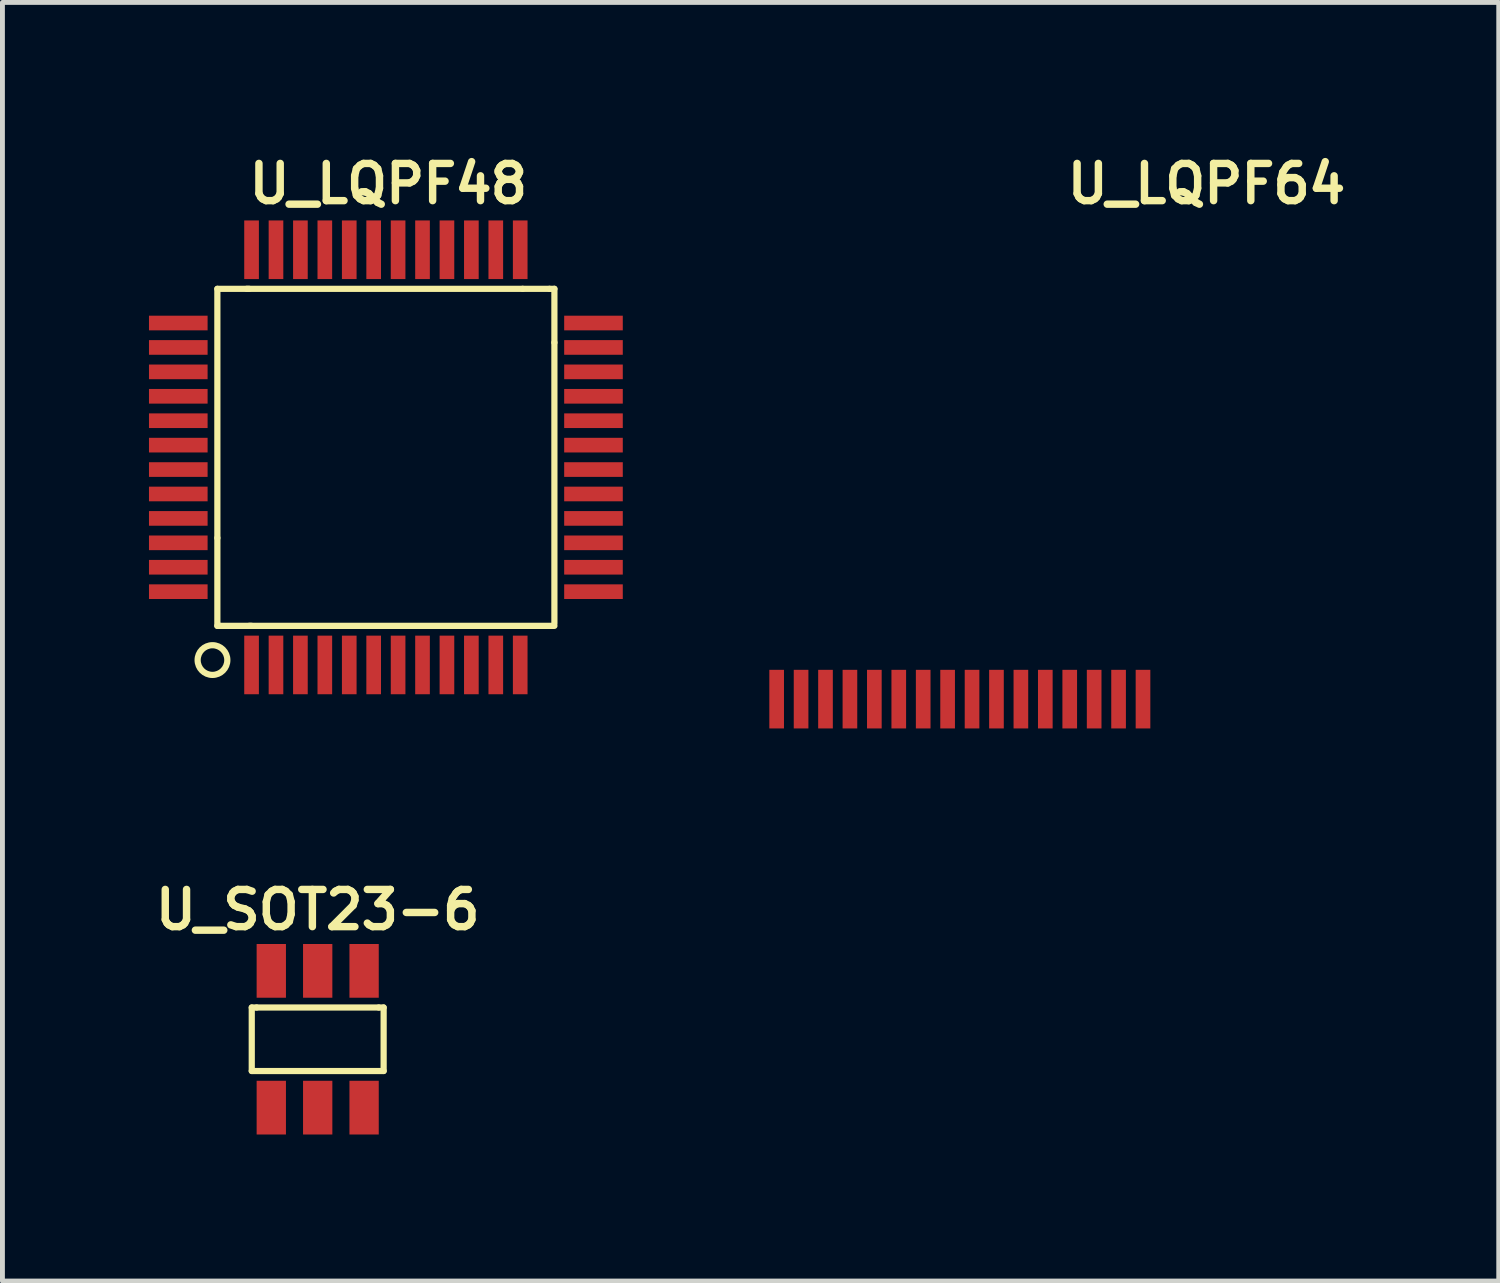
<source format=kicad_pcb>
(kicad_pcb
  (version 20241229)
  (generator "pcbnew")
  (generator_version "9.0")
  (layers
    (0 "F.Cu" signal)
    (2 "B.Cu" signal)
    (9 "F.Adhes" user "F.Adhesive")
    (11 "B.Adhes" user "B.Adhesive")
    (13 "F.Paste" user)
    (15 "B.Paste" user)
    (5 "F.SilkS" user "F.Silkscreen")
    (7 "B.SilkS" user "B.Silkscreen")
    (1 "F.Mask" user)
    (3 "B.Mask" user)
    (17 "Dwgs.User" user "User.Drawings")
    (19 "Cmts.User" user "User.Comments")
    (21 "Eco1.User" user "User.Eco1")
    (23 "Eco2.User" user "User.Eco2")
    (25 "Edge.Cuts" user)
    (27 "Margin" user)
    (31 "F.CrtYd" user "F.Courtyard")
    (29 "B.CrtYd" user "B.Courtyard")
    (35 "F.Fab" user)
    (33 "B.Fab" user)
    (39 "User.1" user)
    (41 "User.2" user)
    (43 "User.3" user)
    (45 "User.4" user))
  (footprint "U_LQPF64"
    (layer "F.Cu")
    (at 17.05 8.113)
    (property "Reference" "U_LQPF64" (at 4.6 -7.4 0) (layer "F.SilkS") (effects (font (size 0.762 0.762) (thickness 0.152))))
    (attr through_hole)
    (pad "1" smd rect (at -4.2 3.15) (size 0.3 1.2) (layers "F.Cu" "F.Mask" "F.Paste"))
    (pad "2" smd rect (at -3.7 3.15) (size 0.3 1.2) (layers "F.Cu" "F.Mask" "F.Paste"))
    (pad "3" smd rect (at -3.2 3.15) (size 0.3 1.2) (layers "F.Cu" "F.Mask" "F.Paste"))
    (pad "4" smd rect (at -2.7 3.15) (size 0.3 1.2) (layers "F.Cu" "F.Mask" "F.Paste"))
    (pad "5" smd rect (at -2.2 3.15) (size 0.3 1.2) (layers "F.Cu" "F.Mask" "F.Paste"))
    (pad "6" smd rect (at -1.7 3.15) (size 0.3 1.2) (layers "F.Cu" "F.Mask" "F.Paste"))
    (pad "7" smd rect (at -1.2 3.15) (size 0.3 1.2) (layers "F.Cu" "F.Mask" "F.Paste"))
    (pad "8" smd rect (at -0.7 3.15) (size 0.3 1.2) (layers "F.Cu" "F.Mask" "F.Paste"))
    (pad "9" smd rect (at -0.2 3.15) (size 0.3 1.2) (layers "F.Cu" "F.Mask" "F.Paste"))
    (pad "10" smd rect (at 0.3 3.15) (size 0.3 1.2) (layers "F.Cu" "F.Mask" "F.Paste"))
    (pad "11" smd rect (at 0.8 3.15) (size 0.3 1.2) (layers "F.Cu" "F.Mask" "F.Paste"))
    (pad "12" smd rect (at 1.3 3.15) (size 0.3 1.2) (layers "F.Cu" "F.Mask" "F.Paste"))
    (pad "13" smd rect (at 1.8 3.15) (size 0.3 1.2) (layers "F.Cu" "F.Mask" "F.Paste"))
    (pad "14" smd rect (at 2.3 3.15) (size 0.3 1.2) (layers "F.Cu" "F.Mask" "F.Paste"))
    (pad "15" smd rect (at 2.8 3.15) (size 0.3 1.2) (layers "F.Cu" "F.Mask" "F.Paste"))
    (pad "16" smd rect (at 3.3 3.15) (size 0.3 1.2) (layers "F.Cu" "F.Mask" "F.Paste")))
  (footprint "U_SOT23-6"
    (layer "F.Cu")
    (at 3.454 18.226)
    (property "Reference" "U_SOT23-6" (at 0 -2.65 0) (layer "F.SilkS") (effects (font (size 0.762 0.762) (thickness 0.152))))
    (attr through_hole)
    (fp_line (start -1.35 -0.65) (end -1.35 0.65) (stroke (width 0.127) (type solid)) (layer "F.SilkS"))
    (fp_line (start -1.35 0.65) (end 1.35 0.65) (stroke (width 0.127) (type solid)) (layer "F.SilkS"))
    (fp_line (start -1.25 -0.65) (end -1.35 -0.65) (stroke (width 0.127) (type solid)) (layer "F.SilkS"))
    (fp_line (start -1.25 -0.65) (end 1.25 -0.65) (stroke (width 0.127) (type solid)) (layer "F.SilkS"))
    (fp_line (start 1.35 -0.65) (end 1.25 -0.65) (stroke (width 0.127) (type solid)) (layer "F.SilkS"))
    (fp_line (start 1.35 0.65) (end 1.35 -0.65) (stroke (width 0.127) (type solid)) (layer "F.SilkS"))
    (pad "1" smd rect (at -0.95 1.4) (size 0.6 1.1) (layers "F.Cu" "F.Mask" "F.Paste"))
    (pad "2" smd rect (at 0 1.4) (size 0.6 1.1) (layers "F.Cu" "F.Mask" "F.Paste"))
    (pad "3" smd rect (at 0.95 1.4) (size 0.6 1.1) (layers "F.Cu" "F.Mask" "F.Paste"))
    (pad "4" smd rect (at 0.95 -1.4) (size 0.6 1.1) (layers "F.Cu" "F.Mask" "F.Paste"))
    (pad "5" smd rect (at 0 -1.4) (size 0.6 1.1) (layers "F.Cu" "F.Mask" "F.Paste"))
    (pad "6" smd rect (at -0.95 -1.4) (size 0.6 1.1) (layers "F.Cu" "F.Mask" "F.Paste")))
  (footprint "U_LQPF48"
    (layer "F.Cu")
    (at 4.85 6.313)
    (property "Reference" "U_LQPF48" (at 0.05 -5.6 0) (layer "F.SilkS") (effects (font (size 0.762 0.762) (thickness 0.152))))
    (attr through_hole)
    (fp_line (start -3.45 -3.45) (end -2.8 -3.45) (stroke (width 0.127) (type solid)) (layer "F.SilkS"))
    (fp_line (start -3.45 1.65) (end -3.45 -3.45) (stroke (width 0.127) (type solid)) (layer "F.SilkS"))
    (fp_line (start -3.45 3.45) (end -3.45 1.65) (stroke (width 0.127) (type solid)) (layer "F.SilkS"))
    (fp_line (start -3.4 3.45) (end -3.45 3.45) (stroke (width 0.127) (type solid)) (layer "F.SilkS"))
    (fp_line (start -2.85 -3.45) (end 2.8 -3.45) (stroke (width 0.127) (type solid)) (layer "F.SilkS"))
    (fp_line (start -2.8 3.45) (end 3.45 3.45) (stroke (width 0.127) (type solid)) (layer "F.SilkS"))
    (fp_line (start -2.75 3.45) (end -3.4 3.45) (stroke (width 0.127) (type solid)) (layer "F.SilkS"))
    (fp_line (start 2.8 -3.45) (end 3.35 -3.45) (stroke (width 0.127) (type solid)) (layer "F.SilkS"))
    (fp_line (start 3.45 -3.45) (end 3.35 -3.45) (stroke (width 0.127) (type solid)) (layer "F.SilkS"))
    (fp_line (start 3.45 -2.35) (end 3.45 -3.45) (stroke (width 0.127) (type solid)) (layer "F.SilkS"))
    (fp_line (start 3.45 -2.35) (end 3.45 3.4) (stroke (width 0.127) (type solid)) (layer "F.SilkS"))
    (fp_circle (center -3.55 4.15) (end -3.5 4.45) (stroke (width 0.127) (type solid)) (fill no) (layer "F.SilkS"))
    (pad "1" smd rect (at -2.75 4.25) (size 0.3 1.2) (layers "F.Cu" "F.Mask" "F.Paste"))
    (pad "2" smd rect (at -2.25 4.25) (size 0.3 1.2) (layers "F.Cu" "F.Mask" "F.Paste"))
    (pad "3" smd rect (at -1.75 4.25) (size 0.3 1.2) (layers "F.Cu" "F.Mask" "F.Paste"))
    (pad "4" smd rect (at -1.25 4.25) (size 0.3 1.2) (layers "F.Cu" "F.Mask" "F.Paste"))
    (pad "5" smd rect (at -0.75 4.25) (size 0.3 1.2) (layers "F.Cu" "F.Mask" "F.Paste"))
    (pad "6" smd rect (at -0.25 4.25) (size 0.3 1.2) (layers "F.Cu" "F.Mask" "F.Paste"))
    (pad "7" smd rect (at 0.25 4.25) (size 0.3 1.2) (layers "F.Cu" "F.Mask" "F.Paste"))
    (pad "8" smd rect (at 0.75 4.25) (size 0.3 1.2) (layers "F.Cu" "F.Mask" "F.Paste"))
    (pad "9" smd rect (at 1.25 4.25) (size 0.3 1.2) (layers "F.Cu" "F.Mask" "F.Paste"))
    (pad "10" smd rect (at 1.75 4.25) (size 0.3 1.2) (layers "F.Cu" "F.Mask" "F.Paste"))
    (pad "11" smd rect (at 2.25 4.25) (size 0.3 1.2) (layers "F.Cu" "F.Mask" "F.Paste"))
    (pad "12" smd rect (at 2.75 4.25) (size 0.3 1.2) (layers "F.Cu" "F.Mask" "F.Paste"))
    (pad "13" smd rect (at 4.25 2.75) (size 1.2 0.3) (layers "F.Cu" "F.Mask" "F.Paste"))
    (pad "14" smd rect (at 4.25 2.25) (size 1.2 0.3) (layers "F.Cu" "F.Mask" "F.Paste"))
    (pad "15" smd rect (at 4.25 1.75) (size 1.2 0.3) (layers "F.Cu" "F.Mask" "F.Paste"))
    (pad "16" smd rect (at 4.25 1.25) (size 1.2 0.3) (layers "F.Cu" "F.Mask" "F.Paste"))
    (pad "17" smd rect (at 4.25 0.75) (size 1.2 0.3) (layers "F.Cu" "F.Mask" "F.Paste"))
    (pad "18" smd rect (at 4.25 0.25) (size 1.2 0.3) (layers "F.Cu" "F.Mask" "F.Paste"))
    (pad "19" smd rect (at 4.25 -0.25) (size 1.2 0.3) (layers "F.Cu" "F.Mask" "F.Paste"))
    (pad "20" smd rect (at 4.25 -0.75) (size 1.2 0.3) (layers "F.Cu" "F.Mask" "F.Paste"))
    (pad "21" smd rect (at 4.25 -1.25) (size 1.2 0.3) (layers "F.Cu" "F.Mask" "F.Paste"))
    (pad "22" smd rect (at 4.25 -1.75) (size 1.2 0.3) (layers "F.Cu" "F.Mask" "F.Paste"))
    (pad "23" smd rect (at 4.25 -2.25) (size 1.2 0.3) (layers "F.Cu" "F.Mask" "F.Paste"))
    (pad "24" smd rect (at 4.25 -2.75) (size 1.2 0.3) (layers "F.Cu" "F.Mask" "F.Paste"))
    (pad "25" smd rect (at 2.75 -4.25) (size 0.3 1.2) (layers "F.Cu" "F.Mask" "F.Paste"))
    (pad "26" smd rect (at 2.25 -4.25) (size 0.3 1.2) (layers "F.Cu" "F.Mask" "F.Paste"))
    (pad "27" smd rect (at 1.75 -4.25) (size 0.3 1.2) (layers "F.Cu" "F.Mask" "F.Paste"))
    (pad "28" smd rect (at 1.25 -4.25) (size 0.3 1.2) (layers "F.Cu" "F.Mask" "F.Paste"))
    (pad "29" smd rect (at 0.75 -4.25) (size 0.3 1.2) (layers "F.Cu" "F.Mask" "F.Paste"))
    (pad "30" smd rect (at 0.25 -4.25) (size 0.3 1.2) (layers "F.Cu" "F.Mask" "F.Paste"))
    (pad "31" smd rect (at -0.25 -4.25) (size 0.3 1.2) (layers "F.Cu" "F.Mask" "F.Paste"))
    (pad "32" smd rect (at -0.75 -4.25) (size 0.3 1.2) (layers "F.Cu" "F.Mask" "F.Paste"))
    (pad "33" smd rect (at -1.25 -4.25) (size 0.3 1.2) (layers "F.Cu" "F.Mask" "F.Paste"))
    (pad "34" smd rect (at -1.75 -4.25) (size 0.3 1.2) (layers "F.Cu" "F.Mask" "F.Paste"))
    (pad "35" smd rect (at -2.25 -4.25) (size 0.3 1.2) (layers "F.Cu" "F.Mask" "F.Paste"))
    (pad "36" smd rect (at -2.75 -4.25) (size 0.3 1.2) (layers "F.Cu" "F.Mask" "F.Paste"))
    (pad "37" smd rect (at -4.25 -2.75) (size 1.2 0.3) (layers "F.Cu" "F.Mask" "F.Paste"))
    (pad "38" smd rect (at -4.25 -2.25) (size 1.2 0.3) (layers "F.Cu" "F.Mask" "F.Paste"))
    (pad "39" smd rect (at -4.25 -1.75) (size 1.2 0.3) (layers "F.Cu" "F.Mask" "F.Paste"))
    (pad "40" smd rect (at -4.25 -1.25) (size 1.2 0.3) (layers "F.Cu" "F.Mask" "F.Paste"))
    (pad "41" smd rect (at -4.25 -0.75) (size 1.2 0.3) (layers "F.Cu" "F.Mask" "F.Paste"))
    (pad "42" smd rect (at -4.25 -0.25) (size 1.2 0.3) (layers "F.Cu" "F.Mask" "F.Paste"))
    (pad "43" smd rect (at -4.25 0.25) (size 1.2 0.3) (layers "F.Cu" "F.Mask" "F.Paste"))
    (pad "44" smd rect (at -4.25 0.75) (size 1.2 0.3) (layers "F.Cu" "F.Mask" "F.Paste"))
    (pad "45" smd rect (at -4.25 1.25) (size 1.2 0.3) (layers "F.Cu" "F.Mask" "F.Paste"))
    (pad "46" smd rect (at -4.25 1.75) (size 1.2 0.3) (layers "F.Cu" "F.Mask" "F.Paste"))
    (pad "47" smd rect (at -4.25 2.25) (size 1.2 0.3) (layers "F.Cu" "F.Mask" "F.Paste"))
    (pad "48" smd rect (at -4.25 2.75) (size 1.2 0.3) (layers "F.Cu" "F.Mask" "F.Paste")))
  (gr_rect
    (start -3 -3)
    (end 27.633 23.176)
    (stroke (width 0.1) (type default))
    (fill no)
    (layer "Edge.Cuts")))
</source>
